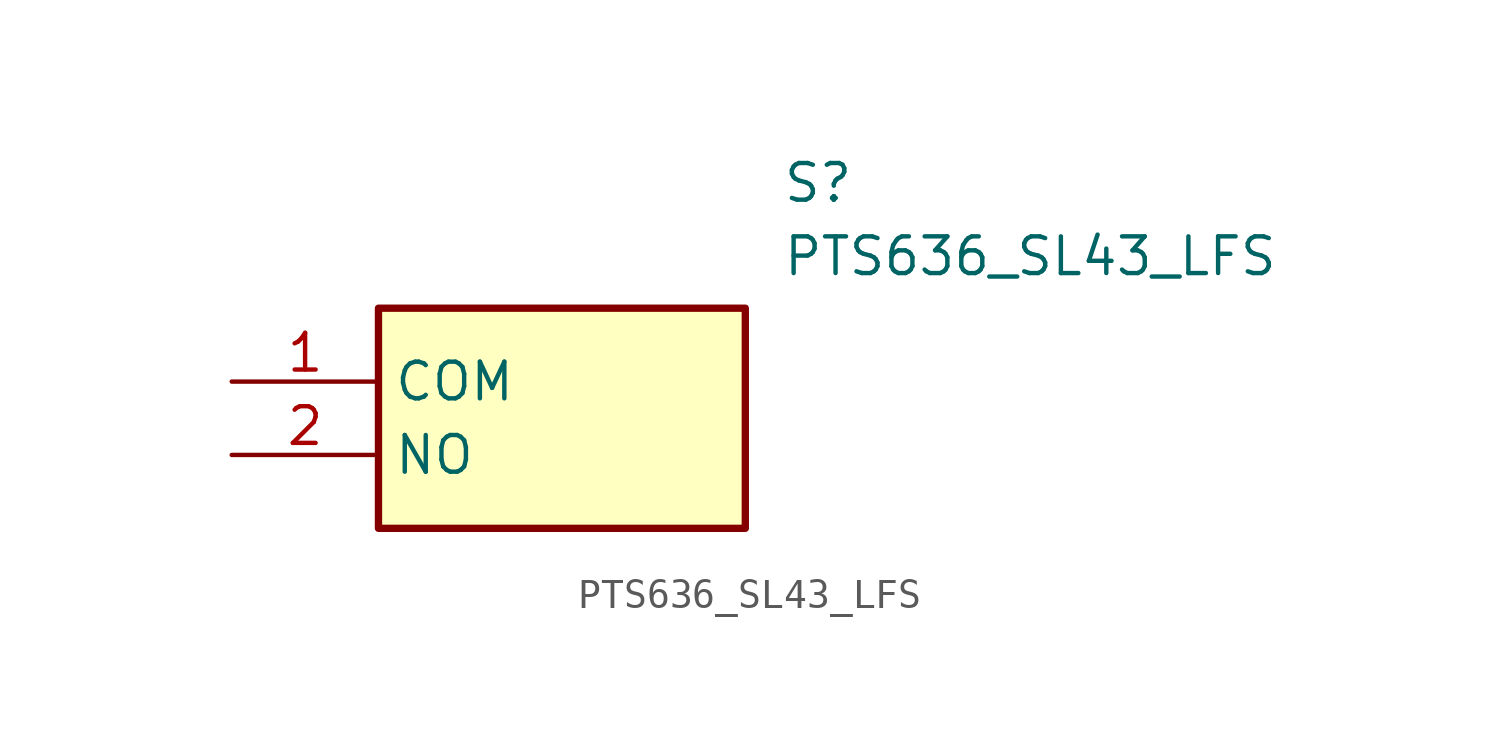
<source format=kicad_sym>
(kicad_symbol_lib
  (version 20211014)
  (generator SamacSys_ECAD_Model)
  (symbol "PTS636_SL43_LFS"
    (property "Reference" "S"
      (at 19.05 7.62 0)
      (effects (font (size 1.27 1.27)) (justify left top)))
    (property "Value" "PTS636_SL43_LFS"
      (at 19.05 5.08 0)
      (effects (font (size 1.27 1.27)) (justify left top)))
    (rectangle
      (start 5.08 2.54)
      (end 17.78 -5.08)
      (stroke (width 0.254) (type default))
      (fill (type background)))
    (pin passive line
      (at 0 0 0)
      (length 5.08)
      (name "COM" (effects (font (size 1.27 1.27))))
      (number "1" (effects (font (size 1.27 1.27)))))
    (pin passive line
      (at 0 -2.54 0)
      (length 5.08)
      (name "NO" (effects (font (size 1.27 1.27))))
      (number "2" (effects (font (size 1.27 1.27)))))))
</source>
